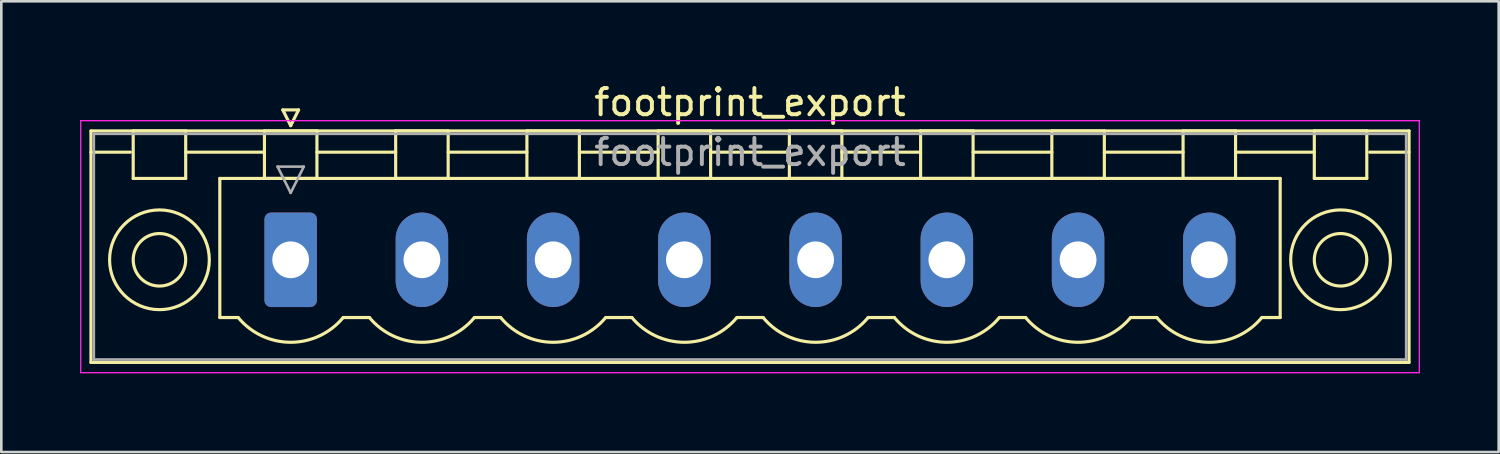
<source format=kicad_pcb>
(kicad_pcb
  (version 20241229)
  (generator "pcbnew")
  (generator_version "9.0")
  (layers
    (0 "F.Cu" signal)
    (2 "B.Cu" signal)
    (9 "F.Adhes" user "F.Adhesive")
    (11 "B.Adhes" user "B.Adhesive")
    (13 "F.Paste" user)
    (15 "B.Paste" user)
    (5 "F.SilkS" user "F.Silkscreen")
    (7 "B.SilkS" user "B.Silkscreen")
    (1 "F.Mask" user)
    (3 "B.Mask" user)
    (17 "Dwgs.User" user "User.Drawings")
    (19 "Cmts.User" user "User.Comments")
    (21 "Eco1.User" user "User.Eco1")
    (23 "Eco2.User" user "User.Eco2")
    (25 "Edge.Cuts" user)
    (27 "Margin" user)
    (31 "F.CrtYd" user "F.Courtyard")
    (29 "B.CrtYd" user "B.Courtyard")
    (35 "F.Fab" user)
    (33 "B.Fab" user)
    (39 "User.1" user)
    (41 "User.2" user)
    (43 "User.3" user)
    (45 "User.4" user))
  (footprint "footprint_export"
    (layer "F.Cu")
    (at 8.025 6.848)
    (property "Reference" "footprint_export" (at 17.5 -6 0) (layer "F.SilkS") (effects (font (size 1 1) (thickness 0.15))))
    (attr through_hole)
    (fp_line (start -7.61 -4.91) (end -7.61 3.91) (stroke (width 0.12) (type solid)) (layer "F.SilkS"))
    (fp_line (start -7.61 -4.1) (end -6.11 -4.1) (stroke (width 0.12) (type solid)) (layer "F.SilkS"))
    (fp_line (start -7.61 3.91) (end 42.61 3.91) (stroke (width 0.12) (type solid)) (layer "F.SilkS"))
    (fp_line (start -6 -4.91) (end -4 -4.91) (stroke (width 0.12) (type solid)) (layer "F.SilkS"))
    (fp_line (start -6 -3.1) (end -6 -4.91) (stroke (width 0.12) (type solid)) (layer "F.SilkS"))
    (fp_line (start -4 -4.91) (end -4 -3.1) (stroke (width 0.12) (type solid)) (layer "F.SilkS"))
    (fp_line (start -4 -4.1) (end -1 -4.1) (stroke (width 0.12) (type solid)) (layer "F.SilkS"))
    (fp_line (start -4 -3.1) (end -6 -3.1) (stroke (width 0.12) (type solid)) (layer "F.SilkS"))
    (fp_line (start -2.7 -3.1) (end 37.7 -3.1) (stroke (width 0.12) (type solid)) (layer "F.SilkS"))
    (fp_line (start -2.7 2.2) (end -2.7 -3.1) (stroke (width 0.12) (type solid)) (layer "F.SilkS"))
    (fp_line (start -2 2.2) (end -2.7 2.2) (stroke (width 0.12) (type solid)) (layer "F.SilkS"))
    (fp_line (start -1 -4.91) (end 1 -4.91) (stroke (width 0.12) (type solid)) (layer "F.SilkS"))
    (fp_line (start -1 -3.1) (end -1 -4.91) (stroke (width 0.12) (type solid)) (layer "F.SilkS"))
    (fp_line (start -0.3 -5.71) (end 0.3 -5.71) (stroke (width 0.12) (type solid)) (layer "F.SilkS"))
    (fp_line (start 0 -5.11) (end -0.3 -5.71) (stroke (width 0.12) (type solid)) (layer "F.SilkS"))
    (fp_line (start 0.3 -5.71) (end 0 -5.11) (stroke (width 0.12) (type solid)) (layer "F.SilkS"))
    (fp_line (start 1 -4.91) (end 1 -3.1) (stroke (width 0.12) (type solid)) (layer "F.SilkS"))
    (fp_line (start 1 -4.1) (end 4 -4.1) (stroke (width 0.12) (type solid)) (layer "F.SilkS"))
    (fp_line (start 1 -3.1) (end -1 -3.1) (stroke (width 0.12) (type solid)) (layer "F.SilkS"))
    (fp_line (start 2 2.2) (end 3 2.2) (stroke (width 0.12) (type solid)) (layer "F.SilkS"))
    (fp_line (start 4 -4.91) (end 6 -4.91) (stroke (width 0.12) (type solid)) (layer "F.SilkS"))
    (fp_line (start 4 -3.1) (end 4 -4.91) (stroke (width 0.12) (type solid)) (layer "F.SilkS"))
    (fp_line (start 6 -4.91) (end 6 -3.1) (stroke (width 0.12) (type solid)) (layer "F.SilkS"))
    (fp_line (start 6 -4.1) (end 9 -4.1) (stroke (width 0.12) (type solid)) (layer "F.SilkS"))
    (fp_line (start 6 -3.1) (end 4 -3.1) (stroke (width 0.12) (type solid)) (layer "F.SilkS"))
    (fp_line (start 7 2.2) (end 8 2.2) (stroke (width 0.12) (type solid)) (layer "F.SilkS"))
    (fp_line (start 9 -4.91) (end 11 -4.91) (stroke (width 0.12) (type solid)) (layer "F.SilkS"))
    (fp_line (start 9 -3.1) (end 9 -4.91) (stroke (width 0.12) (type solid)) (layer "F.SilkS"))
    (fp_line (start 11 -4.91) (end 11 -3.1) (stroke (width 0.12) (type solid)) (layer "F.SilkS"))
    (fp_line (start 11 -4.1) (end 14 -4.1) (stroke (width 0.12) (type solid)) (layer "F.SilkS"))
    (fp_line (start 11 -3.1) (end 9 -3.1) (stroke (width 0.12) (type solid)) (layer "F.SilkS"))
    (fp_line (start 12 2.2) (end 13 2.2) (stroke (width 0.12) (type solid)) (layer "F.SilkS"))
    (fp_line (start 14 -4.91) (end 16 -4.91) (stroke (width 0.12) (type solid)) (layer "F.SilkS"))
    (fp_line (start 14 -3.1) (end 14 -4.91) (stroke (width 0.12) (type solid)) (layer "F.SilkS"))
    (fp_line (start 16 -4.91) (end 16 -3.1) (stroke (width 0.12) (type solid)) (layer "F.SilkS"))
    (fp_line (start 16 -4.1) (end 19 -4.1) (stroke (width 0.12) (type solid)) (layer "F.SilkS"))
    (fp_line (start 16 -3.1) (end 14 -3.1) (stroke (width 0.12) (type solid)) (layer "F.SilkS"))
    (fp_line (start 17 2.2) (end 18 2.2) (stroke (width 0.12) (type solid)) (layer "F.SilkS"))
    (fp_line (start 19 -4.91) (end 21 -4.91) (stroke (width 0.12) (type solid)) (layer "F.SilkS"))
    (fp_line (start 19 -3.1) (end 19 -4.91) (stroke (width 0.12) (type solid)) (layer "F.SilkS"))
    (fp_line (start 21 -4.91) (end 21 -3.1) (stroke (width 0.12) (type solid)) (layer "F.SilkS"))
    (fp_line (start 21 -4.1) (end 24 -4.1) (stroke (width 0.12) (type solid)) (layer "F.SilkS"))
    (fp_line (start 21 -3.1) (end 19 -3.1) (stroke (width 0.12) (type solid)) (layer "F.SilkS"))
    (fp_line (start 22 2.2) (end 23 2.2) (stroke (width 0.12) (type solid)) (layer "F.SilkS"))
    (fp_line (start 24 -4.91) (end 26 -4.91) (stroke (width 0.12) (type solid)) (layer "F.SilkS"))
    (fp_line (start 24 -3.1) (end 24 -4.91) (stroke (width 0.12) (type solid)) (layer "F.SilkS"))
    (fp_line (start 26 -4.91) (end 26 -3.1) (stroke (width 0.12) (type solid)) (layer "F.SilkS"))
    (fp_line (start 26 -4.1) (end 29 -4.1) (stroke (width 0.12) (type solid)) (layer "F.SilkS"))
    (fp_line (start 26 -3.1) (end 24 -3.1) (stroke (width 0.12) (type solid)) (layer "F.SilkS"))
    (fp_line (start 27 2.2) (end 28 2.2) (stroke (width 0.12) (type solid)) (layer "F.SilkS"))
    (fp_line (start 29 -4.91) (end 31 -4.91) (stroke (width 0.12) (type solid)) (layer "F.SilkS"))
    (fp_line (start 29 -3.1) (end 29 -4.91) (stroke (width 0.12) (type solid)) (layer "F.SilkS"))
    (fp_line (start 31 -4.91) (end 31 -3.1) (stroke (width 0.12) (type solid)) (layer "F.SilkS"))
    (fp_line (start 31 -4.1) (end 34 -4.1) (stroke (width 0.12) (type solid)) (layer "F.SilkS"))
    (fp_line (start 31 -3.1) (end 29 -3.1) (stroke (width 0.12) (type solid)) (layer "F.SilkS"))
    (fp_line (start 32 2.2) (end 33 2.2) (stroke (width 0.12) (type solid)) (layer "F.SilkS"))
    (fp_line (start 34 -4.91) (end 36 -4.91) (stroke (width 0.12) (type solid)) (layer "F.SilkS"))
    (fp_line (start 34 -3.1) (end 34 -4.91) (stroke (width 0.12) (type solid)) (layer "F.SilkS"))
    (fp_line (start 36 -4.91) (end 36 -3.1) (stroke (width 0.12) (type solid)) (layer "F.SilkS"))
    (fp_line (start 36 -4.1) (end 39 -4.1) (stroke (width 0.12) (type solid)) (layer "F.SilkS"))
    (fp_line (start 36 -3.1) (end 34 -3.1) (stroke (width 0.12) (type solid)) (layer "F.SilkS"))
    (fp_line (start 37.7 -3.1) (end 37.7 2.2) (stroke (width 0.12) (type solid)) (layer "F.SilkS"))
    (fp_line (start 37.7 2.2) (end 37 2.2) (stroke (width 0.12) (type solid)) (layer "F.SilkS"))
    (fp_line (start 39 -4.91) (end 41 -4.91) (stroke (width 0.12) (type solid)) (layer "F.SilkS"))
    (fp_line (start 39 -3.1) (end 39 -4.91) (stroke (width 0.12) (type solid)) (layer "F.SilkS"))
    (fp_line (start 41 -4.91) (end 41 -3.1) (stroke (width 0.12) (type solid)) (layer "F.SilkS"))
    (fp_line (start 41 -3.1) (end 39 -3.1) (stroke (width 0.12) (type solid)) (layer "F.SilkS"))
    (fp_line (start 42.61 -4.91) (end -7.61 -4.91) (stroke (width 0.12) (type solid)) (layer "F.SilkS"))
    (fp_line (start 42.61 -4.1) (end 41.11 -4.1) (stroke (width 0.12) (type solid)) (layer "F.SilkS"))
    (fp_line (start 42.61 3.91) (end 42.61 -4.91) (stroke (width 0.12) (type solid)) (layer "F.SilkS"))
    (fp_arc (start 1.986842 2.215821) (mid -0.010289 3.142758) (end -2 2.2) (stroke (width 0.12) (type solid)) (layer "F.SilkS"))
    (fp_arc (start 6.986842 2.215821) (mid 4.989711 3.142758) (end 3 2.2) (stroke (width 0.12) (type solid)) (layer "F.SilkS"))
    (fp_arc (start 11.986842 2.215821) (mid 9.989711 3.142758) (end 8 2.2) (stroke (width 0.12) (type solid)) (layer "F.SilkS"))
    (fp_arc (start 16.986842 2.215821) (mid 14.989711 3.142758) (end 13 2.2) (stroke (width 0.12) (type solid)) (layer "F.SilkS"))
    (fp_arc (start 21.986842 2.215821) (mid 19.989711 3.142758) (end 18 2.2) (stroke (width 0.12) (type solid)) (layer "F.SilkS"))
    (fp_arc (start 26.986842 2.215821) (mid 24.989711 3.142758) (end 23 2.2) (stroke (width 0.12) (type solid)) (layer "F.SilkS"))
    (fp_arc (start 31.986842 2.215821) (mid 29.989711 3.142758) (end 28 2.2) (stroke (width 0.12) (type solid)) (layer "F.SilkS"))
    (fp_arc (start 36.986842 2.215821) (mid 34.989711 3.142758) (end 33 2.2) (stroke (width 0.12) (type solid)) (layer "F.SilkS"))
    (fp_circle (center -5 0) (end -4 0) (stroke (width 0.12) (type solid)) (fill no) (layer "F.SilkS"))
    (fp_circle (center -5 0) (end -3.1 0) (stroke (width 0.12) (type solid)) (fill no) (layer "F.SilkS"))
    (fp_circle (center 40 0) (end 41 0) (stroke (width 0.12) (type solid)) (fill no) (layer "F.SilkS"))
    (fp_circle (center 40 0) (end 41.9 0) (stroke (width 0.12) (type solid)) (fill no) (layer "F.SilkS"))
    (fp_line (start -8 -5.3) (end -8 4.3) (stroke (width 0.05) (type solid)) (layer "F.CrtYd"))
    (fp_line (start -8 4.3) (end 43 4.3) (stroke (width 0.05) (type solid)) (layer "F.CrtYd"))
    (fp_line (start 43 -5.3) (end -8 -5.3) (stroke (width 0.05) (type solid)) (layer "F.CrtYd"))
    (fp_line (start 43 4.3) (end 43 -5.3) (stroke (width 0.05) (type solid)) (layer "F.CrtYd"))
    (fp_line (start -7.5 -4.8) (end -7.5 3.8) (stroke (width 0.1) (type solid)) (layer "F.Fab"))
    (fp_line (start -7.5 3.8) (end 42.5 3.8) (stroke (width 0.1) (type solid)) (layer "F.Fab"))
    (fp_line (start -0.5 -3.55) (end 0.5 -3.55) (stroke (width 0.1) (type solid)) (layer "F.Fab"))
    (fp_line (start 0 -2.55) (end -0.5 -3.55) (stroke (width 0.1) (type solid)) (layer "F.Fab"))
    (fp_line (start 0.5 -3.55) (end 0 -2.55) (stroke (width 0.1) (type solid)) (layer "F.Fab"))
    (fp_line (start 42.5 -4.8) (end -7.5 -4.8) (stroke (width 0.1) (type solid)) (layer "F.Fab"))
    (fp_line (start 42.5 3.8) (end 42.5 -4.8) (stroke (width 0.1) (type solid)) (layer "F.Fab"))
    (fp_text user "${REFERENCE}" (at 17.5 -4.1 0) (layer "F.Fab") (effects (font (size 1 1) (thickness 0.15))))
    (pad "1" thru_hole roundrect (at 0 0) (size 2 3.6) (drill 1.4) (layers "*.Cu" "*.Mask") (roundrect_rratio 0.125))
    (pad "2" thru_hole oval (at 5 0) (size 2 3.6) (drill 1.4) (layers "*.Cu" "*.Mask"))
    (pad "3" thru_hole oval (at 10 0) (size 2 3.6) (drill 1.4) (layers "*.Cu" "*.Mask"))
    (pad "4" thru_hole oval (at 15 0) (size 2 3.6) (drill 1.4) (layers "*.Cu" "*.Mask"))
    (pad "5" thru_hole oval (at 20 0) (size 2 3.6) (drill 1.4) (layers "*.Cu" "*.Mask"))
    (pad "6" thru_hole oval (at 25 0) (size 2 3.6) (drill 1.4) (layers "*.Cu" "*.Mask"))
    (pad "7" thru_hole oval (at 30 0) (size 2 3.6) (drill 1.4) (layers "*.Cu" "*.Mask"))
    (pad "8" thru_hole oval (at 35 0) (size 2 3.6) (drill 1.4) (layers "*.Cu" "*.Mask")))
  (gr_rect
    (start -3 -3)
    (end 54.05 14.173)
    (stroke (width 0.1) (type default))
    (fill no)
    (layer "Edge.Cuts")))
</source>
